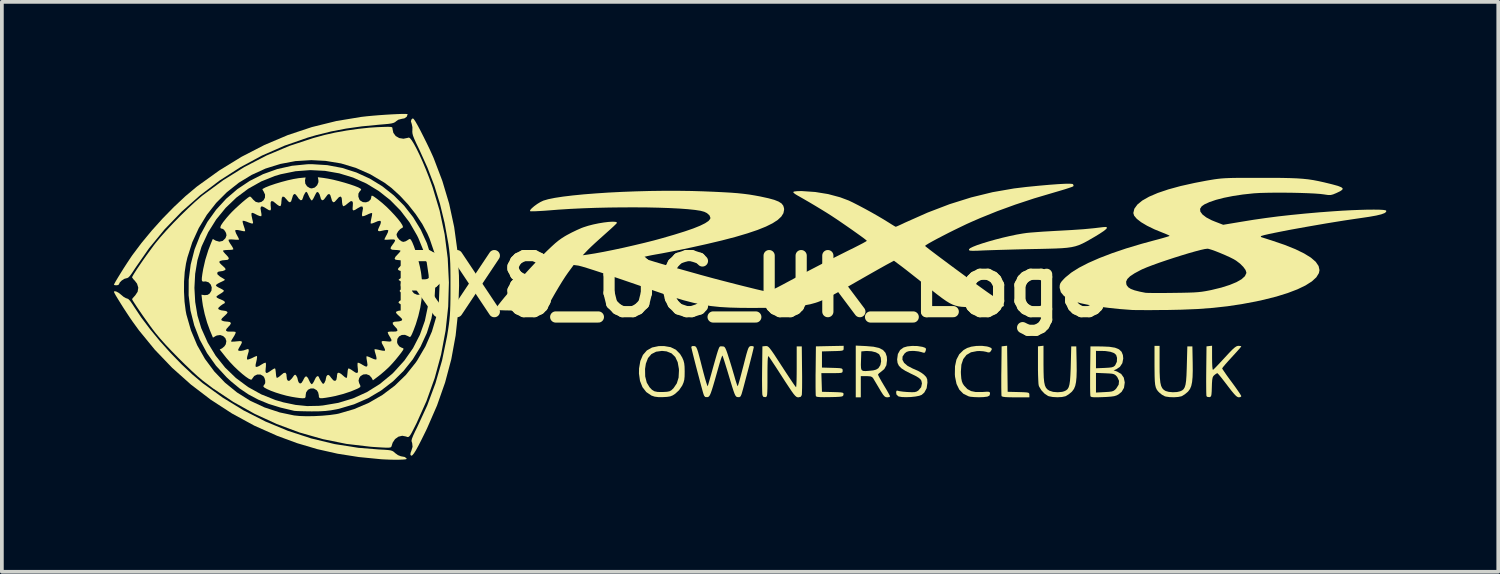
<source format=kicad_pcb>
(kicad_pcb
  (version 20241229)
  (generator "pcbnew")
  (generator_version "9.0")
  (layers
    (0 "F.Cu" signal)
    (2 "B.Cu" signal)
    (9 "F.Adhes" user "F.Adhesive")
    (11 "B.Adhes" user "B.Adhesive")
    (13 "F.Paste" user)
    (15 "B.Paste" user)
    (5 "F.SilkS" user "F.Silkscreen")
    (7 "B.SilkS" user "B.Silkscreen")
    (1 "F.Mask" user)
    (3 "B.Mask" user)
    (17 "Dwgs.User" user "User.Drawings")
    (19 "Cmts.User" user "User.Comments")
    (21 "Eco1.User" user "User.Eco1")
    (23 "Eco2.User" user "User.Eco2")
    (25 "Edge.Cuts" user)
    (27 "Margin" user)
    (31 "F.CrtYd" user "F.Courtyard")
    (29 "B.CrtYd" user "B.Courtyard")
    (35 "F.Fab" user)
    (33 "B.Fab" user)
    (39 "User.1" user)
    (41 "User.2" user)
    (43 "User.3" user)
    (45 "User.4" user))
  (footprint "RX8_OC_UK_Logo"
    (layer "F.Cu")
    (at 17.077 4.615)
    (property "Reference" "RX8_OC_UK_Logo" (at 0 0 0) (layer "F.SilkS") (effects (font (size 1.5 1.5) (thickness 0.3))))
    (attr board_only exclude_from_pos_files exclude_from_bom)
    (fp_poly (pts (xy 6.843 2.207) (xy 6.85 2.824) (xy 7.14 2.831) (xy 7.268 2.835) (xy 7.352 2.84) (xy 7.4 2.848) (xy 7.423 2.863) (xy 7.43 2.885) (xy 7.431 2.906) (xy 7.431 2.972) (xy 7.065 2.972) (xy 6.906 2.971) (xy 6.794 2.966) (xy 6.724 2.957) (xy 6.691 2.944) (xy 6.686 2.938) (xy 6.683 2.902) (xy 6.681 2.82) (xy 6.679 2.7) (xy 6.679 2.55) (xy 6.679 2.377) (xy 6.681 2.256) (xy 6.688 1.608) (xy 6.762 1.599) (xy 6.835 1.591)) (stroke (width 0) (type solid)) (fill yes) (layer "F.SilkS"))
    (fp_poly (pts (xy 7.809 2.08) (xy 7.811 2.286) (xy 7.816 2.445) (xy 7.828 2.565) (xy 7.847 2.653) (xy 7.875 2.715) (xy 7.913 2.759) (xy 7.964 2.793) (xy 7.968 2.795) (xy 8.066 2.826) (xy 8.189 2.836) (xy 8.307 2.826) (xy 8.36 2.811) (xy 8.412 2.787) (xy 8.453 2.753) (xy 8.483 2.702) (xy 8.504 2.629) (xy 8.519 2.525) (xy 8.529 2.383) (xy 8.537 2.197) (xy 8.539 2.122) (xy 8.552 1.608) (xy 8.62 1.608) (xy 8.687 1.608) (xy 8.696 2.04) (xy 8.698 2.259) (xy 8.693 2.431) (xy 8.68 2.564) (xy 8.658 2.667) (xy 8.625 2.746) (xy 8.579 2.809) (xy 8.558 2.831) (xy 8.485 2.891) (xy 8.412 2.936) (xy 8.395 2.944) (xy 8.301 2.964) (xy 8.179 2.97) (xy 8.055 2.963) (xy 7.952 2.943) (xy 7.929 2.934) (xy 7.838 2.874) (xy 7.753 2.784) (xy 7.693 2.686) (xy 7.681 2.653) (xy 7.674 2.603) (xy 7.669 2.509) (xy 7.664 2.382) (xy 7.661 2.232) (xy 7.661 2.094) (xy 7.661 1.608) (xy 7.735 1.599) (xy 7.809 1.591)) (stroke (width 0) (type solid)) (fill yes) (layer "F.SilkS"))
    (fp_poly (pts (xy 10.917 2.087) (xy 10.918 2.295) (xy 10.925 2.455) (xy 10.937 2.576) (xy 10.958 2.665) (xy 10.988 2.727) (xy 11.028 2.771) (xy 11.079 2.803) (xy 11.162 2.826) (xy 11.273 2.836) (xy 11.385 2.83) (xy 11.467 2.811) (xy 11.52 2.787) (xy 11.56 2.753) (xy 11.59 2.702) (xy 11.612 2.629) (xy 11.627 2.525) (xy 11.637 2.383) (xy 11.644 2.197) (xy 11.646 2.122) (xy 11.66 1.608) (xy 11.727 1.608) (xy 11.795 1.608) (xy 11.803 2.04) (xy 11.805 2.259) (xy 11.8 2.431) (xy 11.787 2.564) (xy 11.765 2.667) (xy 11.732 2.746) (xy 11.687 2.809) (xy 11.665 2.831) (xy 11.593 2.891) (xy 11.519 2.936) (xy 11.503 2.944) (xy 11.417 2.962) (xy 11.303 2.97) (xy 11.184 2.966) (xy 11.084 2.952) (xy 11.052 2.942) (xy 10.981 2.903) (xy 10.921 2.856) (xy 10.875 2.81) (xy 10.841 2.764) (xy 10.816 2.708) (xy 10.799 2.636) (xy 10.789 2.538) (xy 10.784 2.408) (xy 10.782 2.235) (xy 10.781 2.123) (xy 10.781 1.594) (xy 10.849 1.594) (xy 10.917 1.594)) (stroke (width 0) (type solid)) (fill yes) (layer "F.SilkS"))
    (fp_poly (pts (xy 6.296 1.61) (xy 6.346 1.624) (xy 6.41 1.652) (xy 6.427 1.682) (xy 6.404 1.728) (xy 6.397 1.739) (xy 6.366 1.768) (xy 6.322 1.769) (xy 6.274 1.754) (xy 6.196 1.739) (xy 6.093 1.732) (xy 6.027 1.735) (xy 5.868 1.766) (xy 5.747 1.837) (xy 5.661 1.947) (xy 5.611 2.097) (xy 5.597 2.287) (xy 5.599 2.349) (xy 5.608 2.466) (xy 5.624 2.546) (xy 5.65 2.609) (xy 5.687 2.663) (xy 5.771 2.751) (xy 5.87 2.805) (xy 5.994 2.83) (xy 6.156 2.83) (xy 6.168 2.83) (xy 6.273 2.823) (xy 6.335 2.823) (xy 6.366 2.833) (xy 6.376 2.854) (xy 6.377 2.877) (xy 6.363 2.925) (xy 6.313 2.951) (xy 6.293 2.955) (xy 6.2 2.966) (xy 6.082 2.97) (xy 5.961 2.966) (xy 5.857 2.957) (xy 5.806 2.946) (xy 5.664 2.877) (xy 5.555 2.766) (xy 5.481 2.614) (xy 5.441 2.422) (xy 5.436 2.358) (xy 5.44 2.14) (xy 5.479 1.961) (xy 5.554 1.818) (xy 5.667 1.708) (xy 5.764 1.651) (xy 5.875 1.616) (xy 6.015 1.596) (xy 6.163 1.594)) (stroke (width 0) (type solid)) (fill yes) (layer "F.SilkS"))
    (fp_poly (pts (xy 2.459 1.66) (xy 2.457 1.69) (xy 2.446 1.71) (xy 2.415 1.722) (xy 2.356 1.729) (xy 2.259 1.733) (xy 2.168 1.735) (xy 1.878 1.743) (xy 1.878 1.959) (xy 1.878 2.175) (xy 2.155 2.183) (xy 2.279 2.187) (xy 2.36 2.192) (xy 2.405 2.201) (xy 2.426 2.216) (xy 2.432 2.241) (xy 2.432 2.257) (xy 2.43 2.287) (xy 2.419 2.306) (xy 2.389 2.317) (xy 2.329 2.322) (xy 2.231 2.324) (xy 2.147 2.324) (xy 1.862 2.324) (xy 1.87 2.574) (xy 1.878 2.824) (xy 2.17 2.831) (xy 2.299 2.835) (xy 2.382 2.84) (xy 2.43 2.848) (xy 2.452 2.862) (xy 2.456 2.883) (xy 2.454 2.899) (xy 2.448 2.923) (xy 2.433 2.94) (xy 2.4 2.951) (xy 2.34 2.958) (xy 2.244 2.963) (xy 2.104 2.966) (xy 2.087 2.966) (xy 1.932 2.968) (xy 1.825 2.966) (xy 1.757 2.96) (xy 1.722 2.948) (xy 1.715 2.939) (xy 1.711 2.903) (xy 1.709 2.821) (xy 1.707 2.701) (xy 1.707 2.55) (xy 1.707 2.377) (xy 1.709 2.256) (xy 1.716 1.608) (xy 2.087 1.6) (xy 2.459 1.593)) (stroke (width 0) (type solid)) (fill yes) (layer "F.SilkS"))
    (fp_poly (pts (xy 9.51 -1.575) (xy 9.494 -1.54) (xy 9.429 -1.485) (xy 9.315 -1.409) (xy 9.196 -1.336) (xy 9.063 -1.259) (xy 8.95 -1.195) (xy 8.851 -1.144) (xy 8.757 -1.103) (xy 8.662 -1.072) (xy 8.559 -1.049) (xy 8.44 -1.032) (xy 8.298 -1.02) (xy 8.127 -1.012) (xy 7.918 -1.006) (xy 7.666 -1) (xy 7.552 -0.998) (xy 7.308 -0.993) (xy 7.062 -0.987) (xy 6.826 -0.98) (xy 6.608 -0.974) (xy 6.418 -0.968) (xy 6.267 -0.963) (xy 6.192 -0.96) (xy 6.041 -0.953) (xy 5.935 -0.951) (xy 5.867 -0.952) (xy 5.83 -0.958) (xy 5.815 -0.97) (xy 5.814 -0.988) (xy 5.814 -0.99) (xy 5.844 -1.02) (xy 5.92 -1.058) (xy 6.033 -1.103) (xy 6.177 -1.151) (xy 6.344 -1.202) (xy 6.526 -1.253) (xy 6.716 -1.302) (xy 6.906 -1.346) (xy 7.09 -1.385) (xy 7.258 -1.414) (xy 7.363 -1.429) (xy 7.466 -1.439) (xy 7.611 -1.45) (xy 7.783 -1.463) (xy 7.971 -1.474) (xy 8.162 -1.485) (xy 8.187 -1.486) (xy 8.561 -1.507) (xy 8.883 -1.529) (xy 9.156 -1.555) (xy 9.384 -1.582) (xy 9.397 -1.584) (xy 9.477 -1.589)) (stroke (width 0) (type solid)) (fill yes) (layer "F.SilkS"))
    (fp_poly (pts (xy -2.173 1.629) (xy -2.032 1.698) (xy -1.922 1.81) (xy -1.864 1.905) (xy -1.83 1.983) (xy -1.81 2.058) (xy -1.8 2.15) (xy -1.797 2.276) (xy -1.797 2.284) (xy -1.799 2.411) (xy -1.808 2.503) (xy -1.828 2.577) (xy -1.86 2.651) (xy -1.866 2.662) (xy -1.948 2.782) (xy -2.051 2.877) (xy -2.119 2.921) (xy -2.185 2.947) (xy -2.268 2.96) (xy -2.373 2.966) (xy -2.504 2.966) (xy -2.601 2.954) (xy -2.683 2.926) (xy -2.69 2.923) (xy -2.825 2.831) (xy -2.927 2.7) (xy -2.993 2.534) (xy -3.021 2.337) (xy -3.019 2.211) (xy -2.858 2.211) (xy -2.854 2.413) (xy -2.812 2.579) (xy -2.737 2.703) (xy -2.673 2.77) (xy -2.607 2.81) (xy -2.522 2.828) (xy -2.404 2.83) (xy -2.368 2.829) (xy -2.267 2.823) (xy -2.202 2.81) (xy -2.154 2.783) (xy -2.104 2.736) (xy -2.093 2.724) (xy -2.007 2.597) (xy -1.96 2.444) (xy -1.95 2.257) (xy -1.952 2.211) (xy -1.984 2.031) (xy -2.049 1.893) (xy -2.148 1.796) (xy -2.281 1.742) (xy -2.405 1.729) (xy -2.563 1.751) (xy -2.688 1.815) (xy -2.779 1.921) (xy -2.836 2.069) (xy -2.858 2.211) (xy -3.019 2.211) (xy -3.019 2.2) (xy -2.984 1.998) (xy -2.915 1.837) (xy -2.81 1.717) (xy -2.67 1.638) (xy -2.496 1.601) (xy -2.35 1.599)) (stroke (width 0) (type solid)) (fill yes) (layer "F.SilkS"))
    (fp_poly (pts (xy 3.06 1.6) (xy 3.257 1.617) (xy 3.405 1.65) (xy 3.511 1.704) (xy 3.579 1.78) (xy 3.614 1.882) (xy 3.62 1.978) (xy 3.603 2.113) (xy 3.547 2.215) (xy 3.466 2.283) (xy 3.41 2.325) (xy 3.38 2.359) (xy 3.379 2.364) (xy 3.392 2.397) (xy 3.428 2.465) (xy 3.481 2.559) (xy 3.54 2.658) (xy 3.604 2.765) (xy 3.656 2.856) (xy 3.691 2.921) (xy 3.702 2.948) (xy 3.679 2.966) (xy 3.626 2.972) (xy 3.587 2.967) (xy 3.552 2.945) (xy 3.512 2.898) (xy 3.46 2.817) (xy 3.42 2.749) (xy 3.358 2.645) (xy 3.303 2.552) (xy 3.263 2.485) (xy 3.252 2.466) (xy 3.22 2.429) (xy 3.173 2.411) (xy 3.093 2.405) (xy 3.066 2.405) (xy 2.918 2.405) (xy 2.918 2.689) (xy 2.918 2.972) (xy 2.851 2.972) (xy 2.783 2.972) (xy 2.783 2.28) (xy 2.783 2.103) (xy 2.92 2.103) (xy 2.924 2.191) (xy 2.941 2.242) (xy 2.979 2.265) (xy 3.044 2.269) (xy 3.136 2.263) (xy 3.25 2.251) (xy 3.326 2.231) (xy 3.381 2.198) (xy 3.392 2.188) (xy 3.442 2.109) (xy 3.462 2.009) (xy 3.452 1.907) (xy 3.412 1.824) (xy 3.401 1.813) (xy 3.322 1.768) (xy 3.208 1.739) (xy 3.077 1.731) (xy 3.026 1.734) (xy 2.932 1.743) (xy 2.924 1.97) (xy 2.92 2.103) (xy 2.783 2.103) (xy 2.783 1.587)) (stroke (width 0) (type solid)) (fill yes) (layer "F.SilkS"))
    (fp_poly (pts (xy -17.011 0.141) (xy -16.95 0.174) (xy -16.887 0.224) (xy -16.88 0.23) (xy -16.814 0.285) (xy -16.753 0.319) (xy -16.731 0.324) (xy -16.691 0.341) (xy -16.639 0.396) (xy -16.571 0.494) (xy -16.546 0.534) (xy -16.346 0.834) (xy -16.108 1.149) (xy -15.843 1.471) (xy -15.56 1.786) (xy -15.27 2.085) (xy -14.981 2.357) (xy -14.704 2.591) (xy -14.7 2.594) (xy -14.165 2.98) (xy -13.604 3.323) (xy -13.019 3.62) (xy -12.416 3.87) (xy -11.797 4.072) (xy -11.167 4.224) (xy -10.53 4.324) (xy -9.984 4.368) (xy -9.84 4.375) (xy -9.739 4.383) (xy -9.671 4.392) (xy -9.624 4.407) (xy -9.588 4.429) (xy -9.551 4.462) (xy -9.548 4.465) (xy -9.474 4.519) (xy -9.398 4.549) (xy -9.383 4.552) (xy -9.293 4.569) (xy -9.246 4.603) (xy -9.241 4.622) (xy -9.267 4.632) (xy -9.336 4.638) (xy -9.438 4.642) (xy -9.563 4.643) (xy -9.702 4.64) (xy -9.843 4.634) (xy -9.917 4.63) (xy -10.519 4.571) (xy -11.087 4.482) (xy -11.633 4.359) (xy -12.17 4.2) (xy -12.703 4.004) (xy -13.321 3.729) (xy -13.914 3.406) (xy -14.48 3.039) (xy -15.015 2.631) (xy -15.517 2.183) (xy -15.982 1.698) (xy -16.407 1.179) (xy -16.574 0.949) (xy -16.65 0.839) (xy -16.732 0.715) (xy -16.817 0.585) (xy -16.897 0.458) (xy -16.969 0.342) (xy -17.027 0.246) (xy -17.064 0.178) (xy -17.077 0.148) (xy -17.059 0.13)) (stroke (width 0) (type solid)) (fill yes) (layer "F.SilkS"))
    (fp_poly (pts (xy 4.434 1.599) (xy 4.563 1.62) (xy 4.575 1.623) (xy 4.64 1.646) (xy 4.664 1.672) (xy 4.659 1.711) (xy 4.64 1.764) (xy 4.615 1.781) (xy 4.565 1.769) (xy 4.537 1.76) (xy 4.458 1.742) (xy 4.356 1.731) (xy 4.305 1.729) (xy 4.209 1.735) (xy 4.145 1.755) (xy 4.092 1.796) (xy 4.036 1.88) (xy 4.032 1.966) (xy 4.078 2.051) (xy 4.172 2.131) (xy 4.313 2.204) (xy 4.348 2.218) (xy 4.454 2.265) (xy 4.552 2.323) (xy 4.611 2.368) (xy 4.67 2.431) (xy 4.696 2.492) (xy 4.702 2.578) (xy 4.681 2.728) (xy 4.618 2.844) (xy 4.548 2.906) (xy 4.482 2.931) (xy 4.379 2.951) (xy 4.256 2.964) (xy 4.13 2.968) (xy 4.017 2.964) (xy 3.936 2.95) (xy 3.925 2.946) (xy 3.874 2.9) (xy 3.864 2.849) (xy 3.871 2.799) (xy 3.897 2.792) (xy 3.911 2.797) (xy 3.96 2.808) (xy 4.046 2.82) (xy 4.152 2.829) (xy 4.175 2.83) (xy 4.287 2.835) (xy 4.362 2.832) (xy 4.412 2.818) (xy 4.455 2.792) (xy 4.462 2.786) (xy 4.534 2.701) (xy 4.555 2.6) (xy 4.54 2.527) (xy 4.513 2.486) (xy 4.459 2.443) (xy 4.371 2.392) (xy 4.26 2.339) (xy 4.11 2.263) (xy 4.005 2.195) (xy 3.938 2.127) (xy 3.902 2.052) (xy 3.891 1.962) (xy 3.891 1.954) (xy 3.911 1.812) (xy 3.971 1.705) (xy 4.063 1.638) (xy 4.163 1.609) (xy 4.294 1.596)) (stroke (width 0) (type solid)) (fill yes) (layer "F.SilkS"))
    (fp_poly (pts (xy -9.224 -4.612) (xy -9.214 -4.608) (xy -9.238 -4.54) (xy -9.301 -4.496) (xy -9.36 -4.486) (xy -9.463 -4.46) (xy -9.519 -4.421) (xy -9.551 -4.395) (xy -9.59 -4.376) (xy -9.645 -4.361) (xy -9.726 -4.349) (xy -9.843 -4.338) (xy -9.985 -4.326) (xy -10.441 -4.282) (xy -10.861 -4.223) (xy -11.262 -4.146) (xy -11.661 -4.047) (xy -11.889 -3.981) (xy -12.51 -3.765) (xy -13.112 -3.501) (xy -13.691 -3.189) (xy -14.245 -2.834) (xy -14.769 -2.437) (xy -15.261 -2.001) (xy -15.718 -1.528) (xy -16.136 -1.02) (xy -16.511 -0.481) (xy -16.523 -0.462) (xy -16.597 -0.349) (xy -16.652 -0.275) (xy -16.694 -0.234) (xy -16.73 -0.217) (xy -16.744 -0.216) (xy -16.803 -0.198) (xy -16.868 -0.155) (xy -16.921 -0.102) (xy -16.942 -0.055) (xy -16.965 -0.034) (xy -17.01 -0.027) (xy -17.061 -0.032) (xy -17.077 -0.041) (xy -17.063 -0.073) (xy -17.025 -0.142) (xy -16.968 -0.237) (xy -16.898 -0.351) (xy -16.821 -0.475) (xy -16.741 -0.599) (xy -16.664 -0.716) (xy -16.597 -0.815) (xy -16.584 -0.834) (xy -16.34 -1.159) (xy -16.066 -1.49) (xy -15.772 -1.817) (xy -15.468 -2.127) (xy -15.164 -2.412) (xy -14.87 -2.659) (xy -14.835 -2.686) (xy -14.256 -3.102) (xy -13.66 -3.468) (xy -13.047 -3.784) (xy -12.419 -4.05) (xy -11.777 -4.263) (xy -11.122 -4.425) (xy -10.457 -4.535) (xy -10.309 -4.552) (xy -10.15 -4.567) (xy -9.981 -4.581) (xy -9.81 -4.593) (xy -9.646 -4.603) (xy -9.497 -4.61) (xy -9.371 -4.615) (xy -9.277 -4.615)) (stroke (width 0) (type solid)) (fill yes) (layer "F.SilkS"))
    (fp_poly (pts (xy 0.419 1.605) (xy 0.447 1.624) (xy 0.482 1.661) (xy 0.527 1.721) (xy 0.588 1.808) (xy 0.668 1.93) (xy 0.772 2.09) (xy 0.809 2.147) (xy 0.909 2.3) (xy 1 2.438) (xy 1.077 2.553) (xy 1.136 2.639) (xy 1.174 2.69) (xy 1.185 2.702) (xy 1.19 2.676) (xy 1.195 2.605) (xy 1.199 2.495) (xy 1.201 2.356) (xy 1.202 2.194) (xy 1.202 2.155) (xy 1.202 1.608) (xy 1.27 1.608) (xy 1.338 1.608) (xy 1.345 2.229) (xy 1.347 2.41) (xy 1.347 2.576) (xy 1.346 2.718) (xy 1.343 2.827) (xy 1.34 2.895) (xy 1.338 2.912) (xy 1.311 2.958) (xy 1.25 2.972) (xy 1.245 2.972) (xy 1.218 2.969) (xy 1.191 2.956) (xy 1.159 2.928) (xy 1.118 2.88) (xy 1.064 2.805) (xy 0.993 2.699) (xy 0.899 2.557) (xy 0.823 2.439) (xy 0.724 2.286) (xy 0.634 2.147) (xy 0.556 2.03) (xy 0.497 1.94) (xy 0.459 1.886) (xy 0.449 1.872) (xy 0.438 1.876) (xy 0.43 1.917) (xy 0.424 1.998) (xy 0.421 2.123) (xy 0.419 2.297) (xy 0.419 2.399) (xy 0.419 2.586) (xy 0.418 2.726) (xy 0.415 2.826) (xy 0.411 2.893) (xy 0.403 2.934) (xy 0.392 2.955) (xy 0.376 2.964) (xy 0.359 2.967) (xy 0.307 2.958) (xy 0.284 2.913) (xy 0.28 2.869) (xy 0.277 2.779) (xy 0.275 2.653) (xy 0.274 2.498) (xy 0.275 2.323) (xy 0.276 2.229) (xy 0.284 1.608) (xy 0.367 1.6) (xy 0.394 1.599)) (stroke (width 0) (type solid)) (fill yes) (layer "F.SilkS"))
    (fp_poly (pts (xy 9.376 1.61) (xy 9.574 1.619) (xy 9.723 1.643) (xy 9.83 1.687) (xy 9.899 1.752) (xy 9.935 1.841) (xy 9.944 1.934) (xy 9.92 2.057) (xy 9.854 2.157) (xy 9.758 2.221) (xy 9.687 2.249) (xy 9.78 2.282) (xy 9.889 2.346) (xy 9.958 2.444) (xy 9.984 2.571) (xy 9.984 2.578) (xy 9.964 2.718) (xy 9.9 2.826) (xy 9.814 2.896) (xy 9.763 2.922) (xy 9.701 2.941) (xy 9.616 2.953) (xy 9.497 2.962) (xy 9.401 2.966) (xy 9.26 2.971) (xy 9.164 2.971) (xy 9.105 2.965) (xy 9.074 2.953) (xy 9.066 2.942) (xy 9.062 2.905) (xy 9.059 2.822) (xy 9.057 2.701) (xy 9.057 2.581) (xy 9.214 2.581) (xy 9.214 2.844) (xy 9.448 2.832) (xy 9.563 2.825) (xy 9.638 2.815) (xy 9.687 2.797) (xy 9.726 2.768) (xy 9.759 2.733) (xy 9.822 2.632) (xy 9.831 2.531) (xy 9.786 2.433) (xy 9.771 2.413) (xy 9.736 2.377) (xy 9.698 2.354) (xy 9.645 2.34) (xy 9.561 2.333) (xy 9.46 2.328) (xy 9.214 2.318) (xy 9.214 2.581) (xy 9.057 2.581) (xy 9.057 2.55) (xy 9.057 2.377) (xy 9.058 2.256) (xy 9.062 1.962) (xy 9.214 1.962) (xy 9.214 2.194) (xy 9.446 2.185) (xy 9.562 2.178) (xy 9.637 2.169) (xy 9.685 2.152) (xy 9.719 2.125) (xy 9.73 2.111) (xy 9.773 2.021) (xy 9.778 1.915) (xy 9.754 1.837) (xy 9.701 1.789) (xy 9.602 1.753) (xy 9.468 1.733) (xy 9.37 1.73) (xy 9.214 1.729) (xy 9.214 1.962) (xy 9.062 1.962) (xy 9.066 1.608)) (stroke (width 0) (type solid)) (fill yes) (layer "F.SilkS"))
    (fp_poly (pts (xy 12.322 1.919) (xy 12.324 2.044) (xy 12.328 2.145) (xy 12.336 2.214) (xy 12.345 2.238) (xy 12.345 2.238) (xy 12.371 2.216) (xy 12.426 2.161) (xy 12.503 2.08) (xy 12.597 1.979) (xy 12.659 1.912) (xy 12.773 1.789) (xy 12.858 1.701) (xy 12.922 1.643) (xy 12.969 1.61) (xy 13.007 1.596) (xy 13.027 1.594) (xy 13.083 1.598) (xy 13.105 1.608) (xy 13.088 1.631) (xy 13.04 1.687) (xy 12.969 1.767) (xy 12.881 1.863) (xy 12.849 1.898) (xy 12.756 2) (xy 12.678 2.088) (xy 12.622 2.155) (xy 12.594 2.193) (xy 12.592 2.197) (xy 12.607 2.225) (xy 12.65 2.289) (xy 12.713 2.38) (xy 12.793 2.491) (xy 12.849 2.566) (xy 12.936 2.685) (xy 13.01 2.791) (xy 13.067 2.874) (xy 13.099 2.928) (xy 13.105 2.942) (xy 13.082 2.965) (xy 13.039 2.972) (xy 13.006 2.964) (xy 12.965 2.936) (xy 12.912 2.881) (xy 12.84 2.795) (xy 12.744 2.671) (xy 12.727 2.648) (xy 12.64 2.535) (xy 12.565 2.439) (xy 12.506 2.368) (xy 12.47 2.33) (xy 12.463 2.325) (xy 12.43 2.341) (xy 12.384 2.376) (xy 12.356 2.404) (xy 12.337 2.443) (xy 12.326 2.503) (xy 12.319 2.596) (xy 12.316 2.692) (xy 12.312 2.814) (xy 12.306 2.892) (xy 12.296 2.937) (xy 12.279 2.958) (xy 12.252 2.967) (xy 12.247 2.967) (xy 12.194 2.96) (xy 12.172 2.94) (xy 12.169 2.904) (xy 12.166 2.821) (xy 12.165 2.701) (xy 12.164 2.55) (xy 12.165 2.377) (xy 12.166 2.256) (xy 12.173 1.608) (xy 12.247 1.599) (xy 12.322 1.591)) (stroke (width 0) (type solid)) (fill yes) (layer "F.SilkS"))
    (fp_poly (pts (xy -9.054 -4.483) (xy -9.018 -4.432) (xy -9.006 -4.413) (xy -8.947 -4.31) (xy -8.872 -4.17) (xy -8.789 -4.006) (xy -8.703 -3.833) (xy -8.621 -3.663) (xy -8.551 -3.509) (xy -8.517 -3.432) (xy -8.285 -2.822) (xy -8.102 -2.21) (xy -7.968 -1.587) (xy -7.881 -0.949) (xy -7.84 -0.289) (xy -7.837 -0.014) (xy -7.859 0.664) (xy -7.929 1.317) (xy -8.045 1.952) (xy -8.211 2.575) (xy -8.427 3.19) (xy -8.695 3.805) (xy -8.73 3.878) (xy -8.836 4.093) (xy -8.922 4.261) (xy -8.991 4.387) (xy -9.045 4.472) (xy -9.085 4.521) (xy -9.114 4.536) (xy -9.134 4.52) (xy -9.14 4.507) (xy -9.136 4.46) (xy -9.115 4.405) (xy -9.082 4.296) (xy -9.093 4.192) (xy -9.105 4.163) (xy -9.11 4.131) (xy -9.098 4.078) (xy -9.066 3.997) (xy -9.012 3.881) (xy -8.962 3.78) (xy -8.691 3.193) (xy -8.469 2.597) (xy -8.292 1.984) (xy -8.16 1.346) (xy -8.13 1.162) (xy -8.11 1.026) (xy -8.095 0.902) (xy -8.084 0.781) (xy -8.076 0.651) (xy -8.071 0.504) (xy -8.068 0.328) (xy -8.067 0.113) (xy -8.067 -0.014) (xy -8.067 -0.253) (xy -8.069 -0.449) (xy -8.073 -0.611) (xy -8.08 -0.748) (xy -8.09 -0.871) (xy -8.103 -0.99) (xy -8.12 -1.114) (xy -8.127 -1.156) (xy -8.225 -1.699) (xy -8.348 -2.207) (xy -8.498 -2.693) (xy -8.681 -3.172) (xy -8.901 -3.659) (xy -8.915 -3.688) (xy -8.988 -3.839) (xy -9.038 -3.951) (xy -9.07 -4.033) (xy -9.085 -4.094) (xy -9.089 -4.144) (xy -9.087 -4.169) (xy -9.086 -4.26) (xy -9.104 -4.346) (xy -9.106 -4.351) (xy -9.126 -4.416) (xy -9.115 -4.46) (xy -9.105 -4.474) (xy -9.079 -4.495)) (stroke (width 0) (type solid)) (fill yes) (layer "F.SilkS"))
    (fp_poly (pts (xy 0.036 1.603) (xy 0.054 1.623) (xy 0.047 1.657) (xy 0.029 1.734) (xy 0.002 1.845) (xy -0.033 1.981) (xy -0.072 2.134) (xy -0.114 2.294) (xy -0.156 2.452) (xy -0.195 2.6) (xy -0.229 2.728) (xy -0.257 2.827) (xy -0.274 2.886) (xy -0.301 2.947) (xy -0.337 2.968) (xy -0.374 2.967) (xy -0.399 2.962) (xy -0.42 2.949) (xy -0.441 2.921) (xy -0.464 2.871) (xy -0.492 2.793) (xy -0.528 2.681) (xy -0.575 2.527) (xy -0.609 2.413) (xy -0.658 2.25) (xy -0.703 2.105) (xy -0.74 1.986) (xy -0.768 1.901) (xy -0.784 1.857) (xy -0.786 1.853) (xy -0.798 1.871) (xy -0.821 1.932) (xy -0.851 2.024) (xy -0.874 2.102) (xy -0.94 2.335) (xy -0.993 2.522) (xy -1.036 2.668) (xy -1.07 2.777) (xy -1.097 2.855) (xy -1.12 2.908) (xy -1.14 2.94) (xy -1.159 2.957) (xy -1.18 2.965) (xy -1.194 2.967) (xy -1.246 2.964) (xy -1.276 2.93) (xy -1.293 2.886) (xy -1.312 2.822) (xy -1.34 2.72) (xy -1.375 2.591) (xy -1.414 2.442) (xy -1.456 2.284) (xy -1.498 2.124) (xy -1.537 1.972) (xy -1.571 1.837) (xy -1.598 1.727) (xy -1.615 1.653) (xy -1.621 1.623) (xy -1.598 1.601) (xy -1.547 1.599) (xy -1.522 1.604) (xy -1.502 1.615) (xy -1.483 1.64) (xy -1.463 1.685) (xy -1.439 1.757) (xy -1.41 1.863) (xy -1.372 2.008) (xy -1.333 2.162) (xy -1.291 2.323) (xy -1.253 2.462) (xy -1.221 2.571) (xy -1.196 2.645) (xy -1.182 2.676) (xy -1.18 2.675) (xy -1.168 2.634) (xy -1.144 2.553) (xy -1.113 2.444) (xy -1.079 2.324) (xy -1.02 2.112) (xy -0.973 1.946) (xy -0.937 1.821) (xy -0.909 1.731) (xy -0.887 1.67) (xy -0.87 1.632) (xy -0.854 1.613) (xy -0.838 1.607) (xy -0.819 1.607) (xy -0.796 1.608) (xy -0.759 1.61) (xy -0.731 1.624) (xy -0.707 1.659) (xy -0.679 1.724) (xy -0.643 1.828) (xy -0.632 1.864) (xy -0.585 2.011) (xy -0.533 2.181) (xy -0.485 2.345) (xy -0.469 2.398) (xy -0.437 2.511) (xy -0.408 2.602) (xy -0.387 2.66) (xy -0.378 2.675) (xy -0.368 2.65) (xy -0.346 2.58) (xy -0.316 2.474) (xy -0.28 2.338) (xy -0.239 2.182) (xy -0.228 2.141) (xy -0.182 1.961) (xy -0.147 1.827) (xy -0.119 1.732) (xy -0.097 1.668) (xy -0.077 1.63) (xy -0.057 1.61) (xy -0.035 1.602) (xy -0.019 1.599)) (stroke (width 0) (type solid)) (fill yes) (layer "F.SilkS"))
    (fp_poly (pts (xy -11.366 -3.244) (xy -10.966 -3.169) (xy -10.585 -3.047) (xy -10.225 -2.882) (xy -9.891 -2.677) (xy -9.584 -2.434) (xy -9.308 -2.158) (xy -9.067 -1.85) (xy -8.862 -1.514) (xy -8.698 -1.154) (xy -8.577 -0.772) (xy -8.502 -0.371) (xy -8.477 0.041) (xy -8.502 0.46) (xy -8.578 0.864) (xy -8.7 1.25) (xy -8.868 1.615) (xy -9.076 1.955) (xy -9.324 2.266) (xy -9.608 2.546) (xy -9.925 2.79) (xy -10.273 2.996) (xy -10.648 3.159) (xy -11.049 3.278) (xy -11.124 3.294) (xy -11.27 3.32) (xy -11.412 3.337) (xy -11.57 3.346) (xy -11.76 3.348) (xy -11.8 3.348) (xy -11.946 3.346) (xy -12.075 3.343) (xy -12.178 3.339) (xy -12.242 3.335) (xy -12.254 3.333) (xy -12.615 3.247) (xy -12.932 3.149) (xy -13.214 3.033) (xy -13.472 2.896) (xy -13.715 2.732) (xy -13.952 2.536) (xy -14.062 2.434) (xy -14.345 2.125) (xy -14.585 1.788) (xy -14.78 1.426) (xy -14.927 1.045) (xy -15.027 0.649) (xy -15.077 0.241) (xy -15.076 0.043) (xy -14.922 0.043) (xy -14.901 0.421) (xy -14.84 0.786) (xy -14.738 1.124) (xy -14.566 1.508) (xy -14.353 1.859) (xy -14.1 2.176) (xy -13.811 2.455) (xy -13.488 2.695) (xy -13.134 2.892) (xy -12.753 3.045) (xy -12.539 3.107) (xy -12.213 3.175) (xy -11.905 3.206) (xy -11.595 3.2) (xy -11.484 3.19) (xy -11.07 3.12) (xy -10.677 3.001) (xy -10.306 2.833) (xy -9.96 2.617) (xy -9.639 2.353) (xy -9.585 2.301) (xy -9.303 1.99) (xy -9.07 1.657) (xy -8.887 1.301) (xy -8.753 0.925) (xy -8.67 0.529) (xy -8.637 0.114) (xy -8.636 0.068) (xy -8.652 -0.3) (xy -8.703 -0.64) (xy -8.794 -0.965) (xy -8.927 -1.291) (xy -8.963 -1.364) (xy -9.167 -1.716) (xy -9.409 -2.033) (xy -9.685 -2.313) (xy -9.99 -2.553) (xy -10.321 -2.753) (xy -10.674 -2.911) (xy -11.044 -3.024) (xy -11.427 -3.091) (xy -11.819 -3.111) (xy -12.215 -3.081) (xy -12.612 -3) (xy -12.768 -2.954) (xy -13.135 -2.807) (xy -13.48 -2.613) (xy -13.798 -2.376) (xy -14.086 -2.1) (xy -14.339 -1.79) (xy -14.553 -1.448) (xy -14.724 -1.08) (xy -14.738 -1.043) (xy -14.841 -0.701) (xy -14.902 -0.335) (xy -14.922 0.043) (xy -15.076 0.043) (xy -15.075 -0.172) (xy -15.022 -0.582) (xy -14.918 -0.988) (xy -14.767 -1.369) (xy -14.574 -1.725) (xy -14.341 -2.05) (xy -14.072 -2.344) (xy -13.771 -2.602) (xy -13.441 -2.822) (xy -13.085 -3.002) (xy -12.707 -3.138) (xy -12.31 -3.227) (xy -11.898 -3.268) (xy -11.781 -3.27)) (stroke (width 0) (type solid)) (fill yes) (layer "F.SilkS"))
    (fp_poly (pts (xy -9.686 -4.269) (xy -9.645 -4.263) (xy -9.626 -4.252) (xy -9.62 -4.234) (xy -9.62 -4.218) (xy -9.596 -4.108) (xy -9.533 -4.023) (xy -9.439 -3.969) (xy -9.326 -3.951) (xy -9.203 -3.976) (xy -9.185 -3.983) (xy -9.153 -3.969) (xy -9.105 -3.909) (xy -9.044 -3.811) (xy -8.973 -3.678) (xy -8.895 -3.518) (xy -8.813 -3.336) (xy -8.729 -3.137) (xy -8.646 -2.927) (xy -8.567 -2.713) (xy -8.543 -2.643) (xy -8.357 -2.023) (xy -8.223 -1.391) (xy -8.141 -0.75) (xy -8.109 -0.104) (xy -8.128 0.542) (xy -8.198 1.186) (xy -8.318 1.825) (xy -8.489 2.454) (xy -8.709 3.07) (xy -8.973 3.659) (xy -9.047 3.806) (xy -9.101 3.911) (xy -9.141 3.98) (xy -9.172 4.019) (xy -9.198 4.035) (xy -9.224 4.034) (xy -9.255 4.021) (xy -9.359 4.001) (xy -9.462 4.026) (xy -9.551 4.09) (xy -9.615 4.186) (xy -9.633 4.244) (xy -9.647 4.29) (xy -9.672 4.313) (xy -9.724 4.32) (xy -9.791 4.32) (xy -9.879 4.316) (xy -10.002 4.309) (xy -10.139 4.3) (xy -10.214 4.294) (xy -10.852 4.219) (xy -11.485 4.091) (xy -12.109 3.913) (xy -12.72 3.686) (xy -13.312 3.413) (xy -13.881 3.095) (xy -14.423 2.734) (xy -14.7 2.524) (xy -14.835 2.41) (xy -14.995 2.264) (xy -15.171 2.096) (xy -15.354 1.915) (xy -15.534 1.731) (xy -15.702 1.553) (xy -15.847 1.39) (xy -15.959 1.256) (xy -16.031 1.163) (xy -16.115 1.049) (xy -16.206 0.922) (xy -16.299 0.791) (xy -16.387 0.663) (xy -16.466 0.546) (xy -16.53 0.449) (xy -16.574 0.379) (xy -16.591 0.344) (xy -16.591 0.343) (xy -16.574 0.317) (xy -16.53 0.268) (xy -16.51 0.247) (xy -16.442 0.146) (xy -16.442 0.144) (xy -15.201 0.144) (xy -15.187 0.41) (xy -15.156 0.654) (xy -15.137 0.754) (xy -15.015 1.18) (xy -14.848 1.578) (xy -14.639 1.945) (xy -14.39 2.28) (xy -14.104 2.579) (xy -13.783 2.841) (xy -13.43 3.063) (xy -13.046 3.242) (xy -12.636 3.377) (xy -12.254 3.457) (xy -12.106 3.472) (xy -11.921 3.478) (xy -11.714 3.475) (xy -11.503 3.464) (xy -11.303 3.446) (xy -11.129 3.422) (xy -11.059 3.408) (xy -10.645 3.287) (xy -10.254 3.12) (xy -9.891 2.91) (xy -9.558 2.66) (xy -9.26 2.371) (xy -9.001 2.047) (xy -8.959 1.986) (xy -8.736 1.605) (xy -8.564 1.21) (xy -8.444 0.804) (xy -8.376 0.39) (xy -8.36 -0.029) (xy -8.397 -0.448) (xy -8.486 -0.866) (xy -8.627 -1.279) (xy -8.684 -1.41) (xy -8.822 -1.668) (xy -8.997 -1.931) (xy -9.2 -2.189) (xy -9.421 -2.427) (xy -9.649 -2.635) (xy -9.836 -2.775) (xy -10.214 -2.999) (xy -10.6 -3.17) (xy -10.998 -3.29) (xy -11.412 -3.358) (xy -11.793 -3.378) (xy -12.218 -3.352) (xy -12.627 -3.275) (xy -13.019 -3.152) (xy -13.389 -2.983) (xy -13.734 -2.773) (xy -14.051 -2.522) (xy -14.338 -2.235) (xy -14.59 -1.914) (xy -14.805 -1.56) (xy -14.98 -1.178) (xy -15.111 -0.769) (xy -15.148 -0.608) (xy -15.182 -0.384) (xy -15.2 -0.127) (xy -15.201 0.144) (xy -16.442 0.144) (xy -16.425 0.037) (xy -16.458 -0.071) (xy -16.51 -0.139) (xy -16.56 -0.194) (xy -16.589 -0.235) (xy -16.591 -0.242) (xy -16.576 -0.276) (xy -16.534 -0.346) (xy -16.471 -0.444) (xy -16.391 -0.563) (xy -16.301 -0.694) (xy -16.205 -0.83) (xy -16.108 -0.963) (xy -16.017 -1.087) (xy -15.963 -1.157) (xy -15.831 -1.317) (xy -15.668 -1.5) (xy -15.485 -1.696) (xy -15.29 -1.894) (xy -15.095 -2.084) (xy -14.91 -2.256) (xy -14.745 -2.399) (xy -14.7 -2.436) (xy -14.15 -2.841) (xy -13.582 -3.195) (xy -12.993 -3.501) (xy -12.379 -3.759) (xy -11.738 -3.97) (xy -11.433 -4.053) (xy -11.157 -4.115) (xy -10.851 -4.17) (xy -10.537 -4.215) (xy -10.236 -4.247) (xy -10.018 -4.261) (xy -9.864 -4.267) (xy -9.756 -4.27)) (stroke (width 0) (type solid)) (fill yes) (layer "F.SilkS"))
    (fp_poly (pts (xy 13.646 -2.904) (xy 13.943 -2.904) (xy 14.195 -2.902) (xy 14.408 -2.897) (xy 14.59 -2.89) (xy 14.75 -2.879) (xy 14.896 -2.864) (xy 15.034 -2.843) (xy 15.174 -2.816) (xy 15.322 -2.783) (xy 15.487 -2.743) (xy 15.55 -2.727) (xy 15.691 -2.688) (xy 15.78 -2.653) (xy 15.819 -2.621) (xy 15.809 -2.586) (xy 15.752 -2.546) (xy 15.65 -2.497) (xy 15.563 -2.461) (xy 15.496 -2.444) (xy 15.425 -2.445) (xy 15.326 -2.459) (xy 15.322 -2.46) (xy 15.216 -2.473) (xy 15.067 -2.484) (xy 14.883 -2.493) (xy 14.674 -2.5) (xy 14.45 -2.505) (xy 14.221 -2.507) (xy 13.997 -2.507) (xy 13.787 -2.504) (xy 13.602 -2.499) (xy 13.45 -2.49) (xy 13.427 -2.488) (xy 13.147 -2.458) (xy 12.883 -2.418) (xy 12.641 -2.37) (xy 12.428 -2.315) (xy 12.252 -2.255) (xy 12.117 -2.193) (xy 12.045 -2.143) (xy 12.001 -2.075) (xy 12.008 -2.001) (xy 12.064 -1.924) (xy 12.166 -1.845) (xy 12.312 -1.768) (xy 12.401 -1.732) (xy 12.62 -1.647) (xy 13.099 -1.727) (xy 13.437 -1.782) (xy 13.764 -1.829) (xy 14.094 -1.872) (xy 14.438 -1.91) (xy 14.809 -1.947) (xy 15.219 -1.983) (xy 15.279 -1.987) (xy 15.542 -2.007) (xy 15.799 -2.024) (xy 16.045 -2.037) (xy 16.274 -2.046) (xy 16.481 -2.052) (xy 16.66 -2.053) (xy 16.805 -2.051) (xy 16.911 -2.045) (xy 16.971 -2.034) (xy 16.983 -2.027) (xy 16.983 -1.993) (xy 16.94 -1.96) (xy 16.852 -1.927) (xy 16.715 -1.894) (xy 16.529 -1.861) (xy 16.3 -1.827) (xy 16.094 -1.797) (xy 15.867 -1.763) (xy 15.624 -1.724) (xy 15.373 -1.683) (xy 15.118 -1.639) (xy 14.865 -1.595) (xy 14.62 -1.551) (xy 14.389 -1.509) (xy 14.179 -1.468) (xy 13.993 -1.431) (xy 13.84 -1.399) (xy 13.723 -1.372) (xy 13.65 -1.351) (xy 13.626 -1.341) (xy 13.633 -1.321) (xy 13.649 -1.313) (xy 13.69 -1.3) (xy 13.769 -1.275) (xy 13.871 -1.242) (xy 13.916 -1.228) (xy 14.26 -1.111) (xy 14.55 -0.995) (xy 14.786 -0.88) (xy 14.969 -0.767) (xy 15.098 -0.655) (xy 15.174 -0.543) (xy 15.198 -0.433) (xy 15.182 -0.353) (xy 15.113 -0.241) (xy 14.993 -0.131) (xy 14.823 -0.023) (xy 14.607 0.081) (xy 14.347 0.18) (xy 14.045 0.274) (xy 13.704 0.36) (xy 13.499 0.405) (xy 13.115 0.477) (xy 12.734 0.534) (xy 12.345 0.577) (xy 11.935 0.608) (xy 11.493 0.626) (xy 11.119 0.634) (xy 10.907 0.635) (xy 10.706 0.637) (xy 10.523 0.637) (xy 10.367 0.636) (xy 10.247 0.635) (xy 10.171 0.633) (xy 10.16 0.632) (xy 9.846 0.608) (xy 9.546 0.576) (xy 9.268 0.54) (xy 9.021 0.499) (xy 8.812 0.455) (xy 8.676 0.418) (xy 8.49 0.344) (xy 8.356 0.258) (xy 8.273 0.158) (xy 8.242 0.043) (xy 8.241 0.028) (xy 8.245 -0.033) (xy 8.261 -0.083) (xy 8.291 -0.126) (xy 10.021 -0.126) (xy 10.027 -0.055) (xy 10.04 -0.024) (xy 10.08 0.027) (xy 10.147 0.07) (xy 10.248 0.108) (xy 10.391 0.144) (xy 10.538 0.173) (xy 10.583 0.176) (xy 10.674 0.178) (xy 10.802 0.179) (xy 10.961 0.179) (xy 11.14 0.178) (xy 11.295 0.176) (xy 11.515 0.173) (xy 11.69 0.169) (xy 11.831 0.164) (xy 11.948 0.156) (xy 12.049 0.145) (xy 12.144 0.13) (xy 12.245 0.111) (xy 12.308 0.098) (xy 12.571 0.034) (xy 12.794 -0.037) (xy 12.976 -0.112) (xy 13.112 -0.19) (xy 13.201 -0.271) (xy 13.239 -0.352) (xy 13.24 -0.37) (xy 13.218 -0.438) (xy 13.158 -0.52) (xy 13.071 -0.607) (xy 12.966 -0.687) (xy 12.901 -0.726) (xy 12.798 -0.778) (xy 12.675 -0.834) (xy 12.545 -0.889) (xy 12.42 -0.939) (xy 12.311 -0.978) (xy 12.231 -1.002) (xy 12.2 -1.007) (xy 12.128 -0.998) (xy 12.015 -0.973) (xy 11.867 -0.934) (xy 11.694 -0.885) (xy 11.503 -0.827) (xy 11.303 -0.764) (xy 11.102 -0.698) (xy 10.908 -0.632) (xy 10.731 -0.568) (xy 10.577 -0.509) (xy 10.456 -0.458) (xy 10.417 -0.439) (xy 10.248 -0.349) (xy 10.128 -0.27) (xy 10.054 -0.196) (xy 10.021 -0.126) (xy 8.291 -0.126) (xy 8.298 -0.136) (xy 8.363 -0.206) (xy 8.4 -0.242) (xy 8.553 -0.367) (xy 8.757 -0.496) (xy 9.009 -0.626) (xy 9.305 -0.756) (xy 9.644 -0.886) (xy 10.022 -1.014) (xy 10.436 -1.138) (xy 10.737 -1.22) (xy 10.884 -1.259) (xy 11.01 -1.294) (xy 11.109 -1.323) (xy 11.17 -1.343) (xy 11.186 -1.351) (xy 11.163 -1.367) (xy 11.102 -1.394) (xy 11.018 -1.428) (xy 10.782 -1.524) (xy 10.583 -1.621) (xy 10.423 -1.716) (xy 10.306 -1.807) (xy 10.235 -1.892) (xy 10.214 -1.962) (xy 10.241 -2.076) (xy 10.321 -2.187) (xy 10.452 -2.295) (xy 10.635 -2.399) (xy 10.868 -2.499) (xy 11.149 -2.594) (xy 11.478 -2.684) (xy 11.855 -2.768) (xy 12.173 -2.829) (xy 12.285 -2.848) (xy 12.382 -2.864) (xy 12.472 -2.876) (xy 12.561 -2.886) (xy 12.658 -2.893) (xy 12.77 -2.898) (xy 12.902 -2.902) (xy 13.064 -2.903) (xy 13.261 -2.904) (xy 13.502 -2.904)) (stroke (width 0) (type solid)) (fill yes) (layer "F.SilkS"))
    (fp_poly (pts (xy 8.58 -2.741) (xy 8.6 -2.733) (xy 8.615 -2.692) (xy 8.604 -2.676) (xy 8.571 -2.661) (xy 8.494 -2.634) (xy 8.383 -2.598) (xy 8.246 -2.557) (xy 8.106 -2.516) (xy 7.559 -2.354) (xy 7.053 -2.187) (xy 6.575 -2.013) (xy 6.112 -1.826) (xy 5.891 -1.73) (xy 5.751 -1.667) (xy 5.597 -1.593) (xy 5.434 -1.514) (xy 5.269 -1.432) (xy 5.11 -1.35) (xy 4.964 -1.274) (xy 4.836 -1.205) (xy 4.735 -1.148) (xy 4.667 -1.106) (xy 4.639 -1.083) (xy 4.639 -1.08) (xy 4.682 -1.044) (xy 4.763 -0.981) (xy 4.876 -0.895) (xy 5.014 -0.791) (xy 5.171 -0.674) (xy 5.341 -0.547) (xy 5.519 -0.416) (xy 5.697 -0.285) (xy 5.87 -0.159) (xy 6.032 -0.041) (xy 6.176 0.063) (xy 6.296 0.149) (xy 6.387 0.212) (xy 6.421 0.235) (xy 6.563 0.33) (xy 6.662 0.402) (xy 6.722 0.456) (xy 6.749 0.495) (xy 6.746 0.524) (xy 6.725 0.543) (xy 6.684 0.552) (xy 6.599 0.559) (xy 6.479 0.563) (xy 6.336 0.566) (xy 6.179 0.566) (xy 6.018 0.565) (xy 5.864 0.561) (xy 5.725 0.555) (xy 5.613 0.548) (xy 5.538 0.538) (xy 5.534 0.538) (xy 5.456 0.518) (xy 5.38 0.491) (xy 5.299 0.452) (xy 5.207 0.396) (xy 5.098 0.32) (xy 4.964 0.219) (xy 4.8 0.09) (xy 4.688 0.001) (xy 4.537 -0.12) (xy 4.385 -0.24) (xy 4.243 -0.352) (xy 4.121 -0.448) (xy 4.028 -0.519) (xy 4.018 -0.527) (xy 3.806 -0.685) (xy 3.612 -0.581) (xy 3.531 -0.536) (xy 3.413 -0.47) (xy 3.268 -0.388) (xy 3.106 -0.296) (xy 2.938 -0.2) (xy 2.878 -0.166) (xy 2.636 -0.027) (xy 2.436 0.087) (xy 2.27 0.179) (xy 2.133 0.253) (xy 2.02 0.311) (xy 1.924 0.357) (xy 1.84 0.393) (xy 1.762 0.423) (xy 1.701 0.443) (xy 1.563 0.481) (xy 1.4 0.511) (xy 1.206 0.536) (xy 0.978 0.554) (xy 0.709 0.568) (xy 0.397 0.576) (xy 0.035 0.579) (xy 0.027 0.579) (xy -0.301 0.577) (xy -0.591 0.569) (xy -0.852 0.554) (xy -1.096 0.528) (xy -1.332 0.491) (xy -1.57 0.44) (xy -1.821 0.375) (xy -2.095 0.292) (xy -2.402 0.191) (xy -2.612 0.119) (xy -3.022 -0.024) (xy -3.389 -0.15) (xy -3.712 -0.26) (xy -3.99 -0.353) (xy -4.222 -0.429) (xy -4.407 -0.488) (xy -4.544 -0.529) (xy -4.632 -0.552) (xy -4.655 -0.556) (xy -4.769 -0.571) (xy -4.924 -0.36) (xy -4.993 -0.26) (xy -5.078 -0.128) (xy -5.171 0.024) (xy -5.263 0.18) (xy -5.303 0.249) (xy -5.526 0.646) (xy -6.195 0.647) (xy -6.421 0.647) (xy -6.597 0.645) (xy -6.726 0.64) (xy -6.811 0.634) (xy -6.855 0.625) (xy -6.863 0.618) (xy -6.846 0.582) (xy -6.796 0.513) (xy -6.719 0.415) (xy -6.62 0.293) (xy -6.502 0.155) (xy -6.372 0.004) (xy -6.234 -0.154) (xy -6.092 -0.312) (xy -5.951 -0.466) (xy -5.816 -0.61) (xy -5.693 -0.739) (xy -5.635 -0.797) (xy -5.484 -0.947) (xy -5.362 -1.063) (xy -5.262 -1.154) (xy -5.174 -1.226) (xy -5.092 -1.285) (xy -5.007 -1.339) (xy -4.953 -1.37) (xy -4.823 -1.439) (xy -4.684 -1.506) (xy -4.559 -1.561) (xy -4.511 -1.579) (xy -4.384 -1.62) (xy -4.244 -1.656) (xy -4.1 -1.686) (xy -3.96 -1.709) (xy -3.833 -1.724) (xy -3.727 -1.73) (xy -3.651 -1.726) (xy -3.612 -1.711) (xy -3.613 -1.693) (xy -3.64 -1.664) (xy -3.7 -1.606) (xy -3.786 -1.527) (xy -3.891 -1.433) (xy -3.959 -1.372) (xy -4.081 -1.263) (xy -4.199 -1.156) (xy -4.303 -1.059) (xy -4.381 -0.983) (xy -4.404 -0.959) (xy -4.526 -0.831) (xy -4.391 -0.85) (xy -4.202 -0.88) (xy -3.972 -0.922) (xy -3.713 -0.974) (xy -3.436 -1.033) (xy -3.153 -1.098) (xy -2.875 -1.164) (xy -2.613 -1.23) (xy -2.405 -1.287) (xy -2.074 -1.383) (xy -1.795 -1.47) (xy -1.566 -1.549) (xy -1.385 -1.622) (xy -1.251 -1.688) (xy -1.161 -1.748) (xy -1.115 -1.803) (xy -1.108 -1.833) (xy -1.133 -1.899) (xy -1.201 -1.96) (xy -1.272 -1.995) (xy -1.372 -2.022) (xy -1.521 -2.045) (xy -1.714 -2.065) (xy -1.944 -2.082) (xy -2.207 -2.095) (xy -2.497 -2.105) (xy -2.81 -2.112) (xy -3.139 -2.114) (xy -3.48 -2.113) (xy -3.826 -2.109) (xy -4.174 -2.101) (xy -4.517 -2.089) (xy -4.85 -2.073) (xy -5.168 -2.053) (xy -5.371 -2.037) (xy -5.538 -2.024) (xy -5.686 -2.015) (xy -5.807 -2.009) (xy -5.893 -2.008) (xy -5.936 -2.011) (xy -5.938 -2.012) (xy -5.933 -2.041) (xy -5.892 -2.088) (xy -5.825 -2.146) (xy -5.744 -2.205) (xy -5.658 -2.257) (xy -5.58 -2.294) (xy -5.45 -2.332) (xy -5.272 -2.368) (xy -5.05 -2.402) (xy -4.79 -2.433) (xy -4.497 -2.462) (xy -4.177 -2.487) (xy -3.834 -2.51) (xy -3.475 -2.528) (xy -3.105 -2.542) (xy -2.728 -2.552) (xy -2.351 -2.557) (xy -1.978 -2.557) (xy -1.615 -2.552) (xy -1.311 -2.543) (xy -1.017 -2.531) (xy -0.77 -2.519) (xy -0.56 -2.507) (xy -0.379 -2.493) (xy -0.218 -2.476) (xy -0.07 -2.457) (xy 0.074 -2.433) (xy 0.222 -2.406) (xy 0.24 -2.402) (xy 0.446 -2.357) (xy 0.603 -2.314) (xy 0.718 -2.268) (xy 0.796 -2.218) (xy 0.842 -2.159) (xy 0.863 -2.089) (xy 0.865 -2.05) (xy 0.846 -1.957) (xy 0.79 -1.867) (xy 0.694 -1.777) (xy 0.557 -1.688) (xy 0.378 -1.599) (xy 0.154 -1.509) (xy -0.116 -1.418) (xy -0.433 -1.324) (xy -0.8 -1.228) (xy -1.218 -1.129) (xy -1.624 -1.039) (xy -1.822 -0.997) (xy -2.028 -0.955) (xy -2.228 -0.916) (xy -2.406 -0.882) (xy -2.547 -0.857) (xy -2.554 -0.856) (xy -2.685 -0.832) (xy -2.796 -0.809) (xy -2.877 -0.79) (xy -2.916 -0.775) (xy -2.918 -0.774) (xy -2.904 -0.76) (xy -2.847 -0.736) (xy -2.747 -0.701) (xy -2.602 -0.656) (xy -2.41 -0.599) (xy -2.169 -0.53) (xy -1.905 -0.456) (xy -1.754 -0.414) (xy -1.594 -0.369) (xy -1.447 -0.328) (xy -1.378 -0.308) (xy -1.216 -0.264) (xy -1.032 -0.214) (xy -0.834 -0.162) (xy -0.629 -0.109) (xy -0.423 -0.056) (xy -0.225 -0.006) (xy -0.042 0.039) (xy 0.119 0.079) (xy 0.252 0.11) (xy 0.348 0.131) (xy 0.4 0.141) (xy 0.405 0.141) (xy 0.461 0.128) (xy 0.556 0.09) (xy 0.684 0.029) (xy 0.839 -0.052) (xy 0.855 -0.061) (xy 1.417 -0.362) (xy 1.993 -0.661) (xy 2.555 -0.943) (xy 2.587 -0.959) (xy 2.736 -1.032) (xy 2.867 -1.099) (xy 2.973 -1.154) (xy 3.046 -1.195) (xy 3.079 -1.216) (xy 3.08 -1.218) (xy 3.059 -1.238) (xy 3.001 -1.284) (xy 2.911 -1.35) (xy 2.799 -1.43) (xy 2.671 -1.521) (xy 2.534 -1.616) (xy 2.396 -1.711) (xy 2.264 -1.801) (xy 2.144 -1.88) (xy 2.121 -1.895) (xy 2.005 -1.969) (xy 1.86 -2.058) (xy 1.7 -2.155) (xy 1.538 -2.251) (xy 1.388 -2.338) (xy 1.264 -2.409) (xy 1.217 -2.435) (xy 1.151 -2.476) (xy 1.113 -2.512) (xy 1.109 -2.526) (xy 1.14 -2.539) (xy 1.214 -2.547) (xy 1.318 -2.55) (xy 1.349 -2.549) (xy 1.7 -2.525) (xy 2.044 -2.469) (xy 2.365 -2.383) (xy 2.594 -2.297) (xy 2.707 -2.243) (xy 2.854 -2.168) (xy 3.022 -2.079) (xy 3.199 -1.982) (xy 3.371 -1.884) (xy 3.527 -1.792) (xy 3.653 -1.714) (xy 3.655 -1.713) (xy 3.742 -1.658) (xy 3.811 -1.616) (xy 3.85 -1.595) (xy 3.854 -1.594) (xy 3.884 -1.605) (xy 3.95 -1.634) (xy 4.043 -1.677) (xy 4.099 -1.704) (xy 4.707 -1.974) (xy 5.295 -2.199) (xy 5.873 -2.38) (xy 6.445 -2.52) (xy 7.02 -2.62) (xy 7.35 -2.66) (xy 7.684 -2.693) (xy 7.967 -2.718) (xy 8.198 -2.735) (xy 8.378 -2.745) (xy 8.505 -2.747)) (stroke (width 0) (type solid)) (fill yes) (layer "F.SilkS"))
    (fp_poly (pts (xy -11.477 -2.903) (xy -11.351 -2.883) (xy -11.207 -2.854) (xy -11.054 -2.816) (xy -10.901 -2.774) (xy -10.758 -2.73) (xy -10.633 -2.687) (xy -10.535 -2.648) (xy -10.474 -2.614) (xy -10.457 -2.594) (xy -10.476 -2.562) (xy -10.498 -2.54) (xy -10.532 -2.481) (xy -10.534 -2.401) (xy -10.506 -2.324) (xy -10.484 -2.297) (xy -10.412 -2.254) (xy -10.33 -2.248) (xy -10.255 -2.274) (xy -10.203 -2.327) (xy -10.187 -2.387) (xy -10.183 -2.419) (xy -10.166 -2.427) (xy -10.127 -2.409) (xy -10.059 -2.361) (xy -10.004 -2.32) (xy -9.894 -2.231) (xy -9.78 -2.129) (xy -9.669 -2.019) (xy -9.565 -1.908) (xy -9.474 -1.804) (xy -9.402 -1.711) (xy -9.355 -1.637) (xy -9.338 -1.588) (xy -9.348 -1.572) (xy -9.41 -1.534) (xy -9.469 -1.471) (xy -9.506 -1.405) (xy -9.511 -1.378) (xy -9.49 -1.315) (xy -9.439 -1.25) (xy -9.375 -1.203) (xy -9.329 -1.189) (xy -9.268 -1.205) (xy -9.226 -1.229) (xy -9.178 -1.26) (xy -9.153 -1.269) (xy -9.125 -1.245) (xy -9.089 -1.178) (xy -9.047 -1.076) (xy -9.003 -0.949) (xy -8.959 -0.807) (xy -8.918 -0.658) (xy -8.883 -0.513) (xy -8.857 -0.379) (xy -8.847 -0.304) (xy -8.829 -0.135) (xy -8.923 -0.135) (xy -9.017 -0.113) (xy -9.085 -0.056) (xy -9.117 0.023) (xy -9.105 0.113) (xy -9.102 0.119) (xy -9.044 0.19) (xy -8.96 0.226) (xy -8.888 0.224) (xy -8.855 0.217) (xy -8.839 0.229) (xy -8.835 0.269) (xy -8.842 0.349) (xy -8.845 0.375) (xy -8.876 0.573) (xy -8.928 0.795) (xy -8.995 1.016) (xy -9.057 1.182) (xy -9.098 1.279) (xy -9.127 1.335) (xy -9.149 1.356) (xy -9.174 1.352) (xy -9.196 1.337) (xy -9.286 1.299) (xy -9.372 1.303) (xy -9.444 1.342) (xy -9.489 1.408) (xy -9.497 1.494) (xy -9.483 1.543) (xy -9.438 1.607) (xy -9.386 1.638) (xy -9.338 1.657) (xy -9.322 1.674) (xy -9.339 1.71) (xy -9.385 1.776) (xy -9.451 1.861) (xy -9.529 1.957) (xy -9.611 2.052) (xy -9.689 2.136) (xy -9.732 2.179) (xy -9.828 2.267) (xy -9.932 2.356) (xy -10.01 2.417) (xy -10.143 2.517) (xy -10.179 2.448) (xy -10.239 2.382) (xy -10.32 2.353) (xy -10.404 2.361) (xy -10.476 2.405) (xy -10.51 2.456) (xy -10.528 2.525) (xy -10.513 2.589) (xy -10.501 2.614) (xy -10.478 2.666) (xy -10.483 2.696) (xy -10.524 2.724) (xy -10.56 2.742) (xy -10.733 2.814) (xy -10.936 2.881) (xy -11.147 2.936) (xy -11.265 2.96) (xy -11.401 2.983) (xy -11.493 2.995) (xy -11.55 2.996) (xy -11.579 2.983) (xy -11.59 2.956) (xy -11.592 2.918) (xy -11.61 2.839) (xy -11.646 2.783) (xy -11.725 2.736) (xy -11.808 2.734) (xy -11.882 2.77) (xy -11.931 2.838) (xy -11.943 2.906) (xy -11.948 2.969) (xy -11.971 2.994) (xy -12.03 2.997) (xy -12.031 2.997) (xy -12.103 2.991) (xy -12.205 2.977) (xy -12.313 2.959) (xy -12.456 2.929) (xy -12.603 2.889) (xy -12.746 2.844) (xy -12.874 2.797) (xy -12.978 2.751) (xy -13.05 2.711) (xy -13.078 2.678) (xy -13.078 2.676) (xy -13.059 2.64) (xy -13.051 2.635) (xy -13.027 2.592) (xy -13.027 2.524) (xy -13.047 2.452) (xy -13.078 2.405) (xy -13.155 2.361) (xy -13.241 2.361) (xy -13.32 2.4) (xy -13.375 2.473) (xy -13.381 2.489) (xy -13.408 2.5) (xy -13.465 2.476) (xy -13.545 2.422) (xy -13.642 2.345) (xy -13.75 2.25) (xy -13.862 2.143) (xy -13.971 2.028) (xy -14.072 1.911) (xy -14.085 1.894) (xy -14.245 1.693) (xy -14.18 1.659) (xy -14.12 1.608) (xy -14.083 1.553) (xy -14.067 1.466) (xy -14.094 1.388) (xy -14.153 1.332) (xy -14.232 1.304) (xy -14.32 1.316) (xy -14.349 1.329) (xy -14.426 1.374) (xy -14.507 1.18) (xy -14.582 0.973) (xy -14.647 0.744) (xy -14.695 0.52) (xy -14.714 0.389) (xy -14.733 0.225) (xy -14.651 0.237) (xy -14.567 0.229) (xy -14.513 0.192) (xy -14.466 0.115) (xy -14.459 0.03) (xy -14.478 -0.026) (xy -14.348 -0.026) (xy -14.326 0.002) (xy -14.269 0.036) (xy -14.24 0.049) (xy -14.175 0.083) (xy -14.136 0.113) (xy -14.132 0.122) (xy -14.154 0.15) (xy -14.208 0.188) (xy -14.234 0.203) (xy -14.296 0.242) (xy -14.332 0.275) (xy -14.335 0.284) (xy -14.312 0.308) (xy -14.253 0.338) (xy -14.22 0.35) (xy -14.151 0.381) (xy -14.11 0.413) (xy -14.105 0.425) (xy -14.118 0.457) (xy -14.125 0.459) (xy -14.157 0.475) (xy -14.212 0.514) (xy -14.227 0.526) (xy -14.276 0.572) (xy -14.286 0.6) (xy -14.267 0.62) (xy -14.209 0.642) (xy -14.159 0.649) (xy -14.09 0.659) (xy -14.052 0.675) (xy -14.035 0.696) (xy -14.051 0.728) (xy -14.103 0.781) (xy -14.119 0.795) (xy -14.18 0.853) (xy -14.203 0.888) (xy -14.194 0.911) (xy -14.186 0.917) (xy -14.133 0.936) (xy -14.056 0.945) (xy -14.044 0.945) (xy -13.97 0.956) (xy -13.945 0.986) (xy -13.969 1.037) (xy -14.011 1.081) (xy -14.068 1.146) (xy -14.076 1.189) (xy -14.034 1.211) (xy -13.957 1.213) (xy -13.88 1.212) (xy -13.828 1.219) (xy -13.818 1.224) (xy -13.821 1.255) (xy -13.849 1.313) (xy -13.871 1.35) (xy -13.913 1.417) (xy -13.939 1.464) (xy -13.943 1.475) (xy -13.919 1.482) (xy -13.856 1.48) (xy -13.794 1.474) (xy -13.701 1.466) (xy -13.656 1.476) (xy -13.653 1.512) (xy -13.687 1.579) (xy -13.7 1.6) (xy -13.735 1.662) (xy -13.753 1.704) (xy -13.754 1.709) (xy -13.731 1.726) (xy -13.676 1.728) (xy -13.606 1.716) (xy -13.552 1.698) (xy -13.494 1.679) (xy -13.467 1.693) (xy -13.47 1.747) (xy -13.492 1.822) (xy -13.512 1.897) (xy -13.515 1.948) (xy -13.51 1.96) (xy -13.473 1.957) (xy -13.409 1.934) (xy -13.378 1.92) (xy -13.309 1.886) (xy -13.261 1.867) (xy -13.252 1.864) (xy -13.244 1.89) (xy -13.254 1.966) (xy -13.283 2.091) (xy -13.286 2.146) (xy -13.256 2.16) (xy -13.192 2.135) (xy -13.128 2.095) (xy -13.066 2.059) (xy -13.022 2.044) (xy -13.014 2.046) (xy -13.007 2.081) (xy -13.009 2.15) (xy -13.014 2.194) (xy -13.02 2.279) (xy -13.005 2.319) (xy -12.963 2.315) (xy -12.891 2.27) (xy -12.87 2.254) (xy -12.81 2.214) (xy -12.77 2.197) (xy -12.763 2.198) (xy -12.752 2.232) (xy -12.744 2.299) (xy -12.742 2.322) (xy -12.735 2.395) (xy -12.722 2.444) (xy -12.718 2.45) (xy -12.69 2.444) (xy -12.639 2.408) (xy -12.607 2.38) (xy -12.535 2.322) (xy -12.486 2.313) (xy -12.46 2.352) (xy -12.457 2.391) (xy -12.446 2.486) (xy -12.417 2.531) (xy -12.372 2.525) (xy -12.314 2.467) (xy -12.296 2.443) (xy -12.254 2.384) (xy -12.227 2.366) (xy -12.204 2.382) (xy -12.195 2.394) (xy -12.166 2.449) (xy -12.16 2.479) (xy -12.147 2.532) (xy -12.131 2.571) (xy -12.095 2.604) (xy -12.054 2.585) (xy -12.01 2.515) (xy -11.997 2.485) (xy -11.959 2.422) (xy -11.921 2.412) (xy -11.881 2.456) (xy -11.855 2.513) (xy -11.822 2.579) (xy -11.791 2.617) (xy -11.781 2.621) (xy -11.753 2.598) (xy -11.719 2.541) (xy -11.707 2.513) (xy -11.674 2.447) (xy -11.639 2.408) (xy -11.629 2.405) (xy -11.595 2.417) (xy -11.592 2.425) (xy -11.579 2.459) (xy -11.547 2.519) (xy -11.535 2.539) (xy -11.497 2.596) (xy -11.474 2.613) (xy -11.45 2.594) (xy -11.44 2.581) (xy -11.41 2.514) (xy -11.403 2.471) (xy -11.387 2.409) (xy -11.366 2.381) (xy -11.336 2.371) (xy -11.3 2.397) (xy -11.265 2.445) (xy -11.204 2.516) (xy -11.155 2.534) (xy -11.122 2.502) (xy -11.106 2.419) (xy -11.106 2.391) (xy -11.093 2.327) (xy -11.056 2.312) (xy -10.996 2.344) (xy -10.955 2.38) (xy -10.898 2.429) (xy -10.857 2.453) (xy -10.847 2.452) (xy -10.835 2.417) (xy -10.827 2.35) (xy -10.825 2.327) (xy -10.818 2.254) (xy -10.806 2.206) (xy -10.802 2.2) (xy -10.772 2.205) (xy -10.718 2.236) (xy -10.693 2.254) (xy -10.613 2.308) (xy -10.565 2.322) (xy -10.544 2.292) (xy -10.546 2.217) (xy -10.549 2.194) (xy -10.556 2.114) (xy -10.554 2.059) (xy -10.549 2.046) (xy -10.519 2.05) (xy -10.461 2.078) (xy -10.429 2.098) (xy -10.349 2.143) (xy -10.304 2.148) (xy -10.288 2.108) (xy -10.299 2.022) (xy -10.301 2.012) (xy -10.314 1.936) (xy -10.317 1.885) (xy -10.314 1.874) (xy -10.284 1.877) (xy -10.224 1.901) (xy -10.189 1.918) (xy -10.117 1.949) (xy -10.065 1.961) (xy -10.053 1.96) (xy -10.046 1.927) (xy -10.058 1.862) (xy -10.07 1.822) (xy -10.092 1.748) (xy -10.101 1.698) (xy -10.099 1.686) (xy -10.068 1.685) (xy -10.003 1.697) (xy -9.962 1.707) (xy -9.885 1.723) (xy -9.832 1.726) (xy -9.82 1.722) (xy -9.821 1.69) (xy -9.846 1.632) (xy -9.859 1.607) (xy -9.903 1.526) (xy -9.912 1.481) (xy -9.882 1.464) (xy -9.81 1.469) (xy -9.795 1.471) (xy -9.699 1.48) (xy -9.651 1.469) (xy -9.647 1.432) (xy -9.682 1.364) (xy -9.692 1.349) (xy -9.73 1.283) (xy -9.746 1.235) (xy -9.744 1.224) (xy -9.708 1.214) (xy -9.639 1.211) (xy -9.605 1.213) (xy -9.52 1.209) (xy -9.485 1.185) (xy -9.499 1.139) (xy -9.552 1.081) (xy -9.608 1.016) (xy -9.614 0.972) (xy -9.571 0.949) (xy -9.518 0.945) (xy -9.44 0.938) (xy -9.382 0.921) (xy -9.376 0.917) (xy -9.359 0.896) (xy -9.372 0.865) (xy -9.421 0.815) (xy -9.443 0.795) (xy -9.504 0.737) (xy -9.527 0.701) (xy -9.517 0.679) (xy -9.511 0.675) (xy -9.453 0.654) (xy -9.403 0.649) (xy -9.334 0.637) (xy -9.295 0.62) (xy -9.275 0.597) (xy -9.29 0.567) (xy -9.336 0.526) (xy -9.393 0.483) (xy -9.432 0.461) (xy -9.437 0.459) (xy -9.456 0.438) (xy -9.457 0.425) (xy -9.434 0.396) (xy -9.375 0.363) (xy -9.343 0.35) (xy -9.274 0.321) (xy -9.233 0.293) (xy -9.228 0.284) (xy -9.25 0.255) (xy -9.304 0.217) (xy -9.329 0.203) (xy -9.392 0.163) (xy -9.427 0.13) (xy -9.43 0.122) (xy -9.407 0.096) (xy -9.35 0.062) (xy -9.322 0.049) (xy -9.256 0.015) (xy -9.218 -0.017) (xy -9.214 -0.026) (xy -9.237 -0.053) (xy -9.295 -0.089) (xy -9.336 -0.108) (xy -9.406 -0.141) (xy -9.45 -0.165) (xy -9.457 -0.173) (xy -9.436 -0.193) (xy -9.382 -0.227) (xy -9.349 -0.246) (xy -9.273 -0.302) (xy -9.247 -0.35) (xy -9.27 -0.386) (xy -9.343 -0.405) (xy -9.372 -0.406) (xy -9.434 -0.421) (xy -9.457 -0.433) (xy -9.475 -0.455) (xy -9.461 -0.486) (xy -9.411 -0.536) (xy -9.39 -0.555) (xy -9.329 -0.612) (xy -9.306 -0.647) (xy -9.315 -0.67) (xy -9.322 -0.675) (xy -9.375 -0.693) (xy -9.452 -0.702) (xy -9.464 -0.702) (xy -9.538 -0.712) (xy -9.563 -0.74) (xy -9.54 -0.791) (xy -9.484 -0.851) (xy -9.434 -0.905) (xy -9.406 -0.944) (xy -9.403 -0.951) (xy -9.428 -0.963) (xy -9.49 -0.971) (xy -9.539 -0.973) (xy -9.629 -0.98) (xy -9.67 -1.003) (xy -9.663 -1.049) (xy -9.612 -1.123) (xy -9.604 -1.132) (xy -9.564 -1.19) (xy -9.549 -1.234) (xy -9.551 -1.241) (xy -9.586 -1.254) (xy -9.656 -1.255) (xy -9.701 -1.251) (xy -9.778 -1.246) (xy -9.827 -1.248) (xy -9.836 -1.254) (xy -9.823 -1.287) (xy -9.792 -1.348) (xy -9.775 -1.378) (xy -9.743 -1.445) (xy -9.732 -1.493) (xy -9.736 -1.503) (xy -9.772 -1.51) (xy -9.84 -1.501) (xy -9.87 -1.494) (xy -9.958 -1.475) (xy -10.002 -1.481) (xy -10.007 -1.515) (xy -9.988 -1.562) (xy -9.941 -1.666) (xy -9.928 -1.729) (xy -9.952 -1.755) (xy -10.013 -1.744) (xy -10.091 -1.711) (xy -10.155 -1.686) (xy -10.197 -1.679) (xy -10.201 -1.681) (xy -10.204 -1.713) (xy -10.194 -1.78) (xy -10.185 -1.822) (xy -10.169 -1.898) (xy -10.164 -1.95) (xy -10.167 -1.962) (xy -10.198 -1.959) (xy -10.258 -1.936) (xy -10.293 -1.919) (xy -10.364 -1.888) (xy -10.416 -1.875) (xy -10.428 -1.877) (xy -10.437 -1.909) (xy -10.43 -1.974) (xy -10.424 -2.001) (xy -10.409 -2.091) (xy -10.424 -2.135) (xy -10.469 -2.135) (xy -10.545 -2.094) (xy -10.625 -2.044) (xy -10.67 -2.031) (xy -10.688 -2.059) (xy -10.685 -2.128) (xy -10.683 -2.145) (xy -10.679 -2.237) (xy -10.7 -2.281) (xy -10.744 -2.276) (xy -10.813 -2.224) (xy -10.822 -2.216) (xy -10.881 -2.168) (xy -10.928 -2.145) (xy -10.941 -2.147) (xy -10.959 -2.183) (xy -10.97 -2.252) (xy -10.971 -2.285) (xy -10.98 -2.37) (xy -11.008 -2.404) (xy -11.053 -2.387) (xy -11.11 -2.324) (xy -11.167 -2.261) (xy -11.208 -2.25) (xy -11.239 -2.291) (xy -11.257 -2.355) (xy -11.284 -2.441) (xy -11.316 -2.474) (xy -11.357 -2.453) (xy -11.402 -2.393) (xy -11.457 -2.321) (xy -11.501 -2.302) (xy -11.534 -2.335) (xy -11.549 -2.389) (xy -11.572 -2.461) (xy -11.604 -2.512) (xy -11.606 -2.514) (xy -11.634 -2.526) (xy -11.659 -2.505) (xy -11.691 -2.444) (xy -11.702 -2.422) (xy -11.738 -2.35) (xy -11.769 -2.305) (xy -11.781 -2.297) (xy -11.805 -2.319) (xy -11.84 -2.377) (xy -11.863 -2.425) (xy -11.897 -2.499) (xy -11.92 -2.529) (xy -11.94 -2.524) (xy -11.96 -2.499) (xy -11.997 -2.43) (xy -12.016 -2.371) (xy -12.041 -2.312) (xy -12.079 -2.304) (xy -12.129 -2.347) (xy -12.16 -2.393) (xy -12.211 -2.459) (xy -12.251 -2.473) (xy -12.283 -2.434) (xy -12.307 -2.356) (xy -12.333 -2.275) (xy -12.365 -2.248) (xy -12.409 -2.272) (xy -12.453 -2.324) (xy -12.513 -2.389) (xy -12.557 -2.404) (xy -12.583 -2.367) (xy -12.592 -2.285) (xy -12.598 -2.208) (xy -12.613 -2.156) (xy -12.621 -2.147) (xy -12.656 -2.153) (xy -12.711 -2.19) (xy -12.741 -2.216) (xy -12.812 -2.273) (xy -12.859 -2.283) (xy -12.882 -2.244) (xy -12.881 -2.156) (xy -12.879 -2.145) (xy -12.873 -2.068) (xy -12.887 -2.033) (xy -12.928 -2.039) (xy -13.001 -2.083) (xy -13.018 -2.094) (xy -13.095 -2.136) (xy -13.139 -2.135) (xy -13.153 -2.089) (xy -13.139 -2.001) (xy -13.127 -1.93) (xy -13.129 -1.884) (xy -13.134 -1.877) (xy -13.17 -1.88) (xy -13.232 -1.904) (xy -13.259 -1.918) (xy -13.333 -1.956) (xy -13.377 -1.968) (xy -13.396 -1.95) (xy -13.393 -1.894) (xy -13.372 -1.795) (xy -13.36 -1.745) (xy -13.352 -1.701) (xy -13.36 -1.681) (xy -13.395 -1.683) (xy -13.466 -1.707) (xy -13.53 -1.733) (xy -13.592 -1.752) (xy -13.629 -1.754) (xy -13.631 -1.753) (xy -13.631 -1.721) (xy -13.615 -1.657) (xy -13.6 -1.613) (xy -13.576 -1.539) (xy -13.565 -1.488) (xy -13.566 -1.476) (xy -13.597 -1.474) (xy -13.661 -1.486) (xy -13.692 -1.494) (xy -13.766 -1.508) (xy -13.817 -1.508) (xy -13.827 -1.503) (xy -13.827 -1.47) (xy -13.804 -1.409) (xy -13.787 -1.378) (xy -13.751 -1.31) (xy -13.729 -1.263) (xy -13.727 -1.254) (xy -13.751 -1.246) (xy -13.812 -1.247) (xy -13.861 -1.251) (xy -13.941 -1.256) (xy -13.996 -1.252) (xy -14.009 -1.245) (xy -14.003 -1.212) (xy -13.971 -1.153) (xy -13.944 -1.114) (xy -13.902 -1.049) (xy -13.881 -1.002) (xy -13.882 -0.989) (xy -13.916 -0.979) (xy -13.985 -0.974) (xy -14.029 -0.973) (xy -14.104 -0.969) (xy -14.151 -0.958) (xy -14.159 -0.951) (xy -14.141 -0.92) (xy -14.097 -0.869) (xy -14.078 -0.851) (xy -14.015 -0.781) (xy -14.001 -0.734) (xy -14.034 -0.709) (xy -14.098 -0.702) (xy -14.176 -0.695) (xy -14.235 -0.678) (xy -14.24 -0.675) (xy -14.257 -0.654) (xy -14.243 -0.623) (xy -14.193 -0.572) (xy -14.173 -0.555) (xy -14.112 -0.498) (xy -14.088 -0.463) (xy -14.097 -0.439) (xy -14.105 -0.433) (xy -14.165 -0.409) (xy -14.191 -0.406) (xy -14.277 -0.393) (xy -14.314 -0.362) (xy -14.302 -0.316) (xy -14.239 -0.262) (xy -14.213 -0.246) (xy -14.149 -0.208) (xy -14.11 -0.18) (xy -14.105 -0.173) (xy -14.128 -0.156) (xy -14.185 -0.127) (xy -14.227 -0.108) (xy -14.297 -0.072) (xy -14.341 -0.039) (xy -14.348 -0.026) (xy -14.478 -0.026) (xy -14.486 -0.048) (xy -14.541 -0.106) (xy -14.618 -0.131) (xy -14.648 -0.129) (xy -14.688 -0.126) (xy -14.713 -0.136) (xy -14.725 -0.168) (xy -14.723 -0.229) (xy -14.71 -0.328) (xy -14.687 -0.463) (xy -14.631 -0.709) (xy -14.55 -0.969) (xy -14.473 -1.167) (xy -14.43 -1.268) (xy -14.351 -1.222) (xy -14.256 -1.195) (xy -14.166 -1.215) (xy -14.097 -1.281) (xy -14.084 -1.304) (xy -14.063 -1.365) (xy -14.074 -1.422) (xy -14.091 -1.458) (xy -14.13 -1.514) (xy -14.169 -1.54) (xy -14.172 -1.54) (xy -14.216 -1.55) (xy -14.229 -1.58) (xy -14.209 -1.635) (xy -14.154 -1.717) (xy -14.062 -1.832) (xy -13.987 -1.918) (xy -13.918 -1.992) (xy -13.831 -2.077) (xy -13.734 -2.166) (xy -13.638 -2.252) (xy -13.55 -2.325) (xy -13.481 -2.379) (xy -13.438 -2.404) (xy -13.434 -2.405) (xy -13.405 -2.385) (xy -13.362 -2.337) (xy -13.353 -2.324) (xy -13.281 -2.261) (xy -13.204 -2.242) (xy -13.13 -2.259) (xy -13.07 -2.305) (xy -13.034 -2.373) (xy -13.031 -2.455) (xy -13.068 -2.536) (xy -13.096 -2.582) (xy -13.101 -2.604) (xy -13.024 -2.646) (xy -12.905 -2.694) (xy -12.758 -2.744) (xy -12.595 -2.793) (xy -12.429 -2.837) (xy -12.271 -2.872) (xy -12.135 -2.895) (xy -12.1 -2.899) (xy -11.946 -2.914) (xy -11.962 -2.834) (xy -11.954 -2.749) (xy -11.906 -2.676) (xy -11.83 -2.629) (xy -11.779 -2.621) (xy -11.699 -2.645) (xy -11.636 -2.706) (xy -11.602 -2.788) (xy -11.603 -2.844) (xy -11.618 -2.92)) (stroke (width 0) (type solid)) (fill yes) (layer "F.SilkS")))
  (gr_rect
    (start -3 -3)
    (end 37.061 12.258)
    (stroke (width 0.1) (type default))
    (fill no)
    (layer "Edge.Cuts")))
</source>
